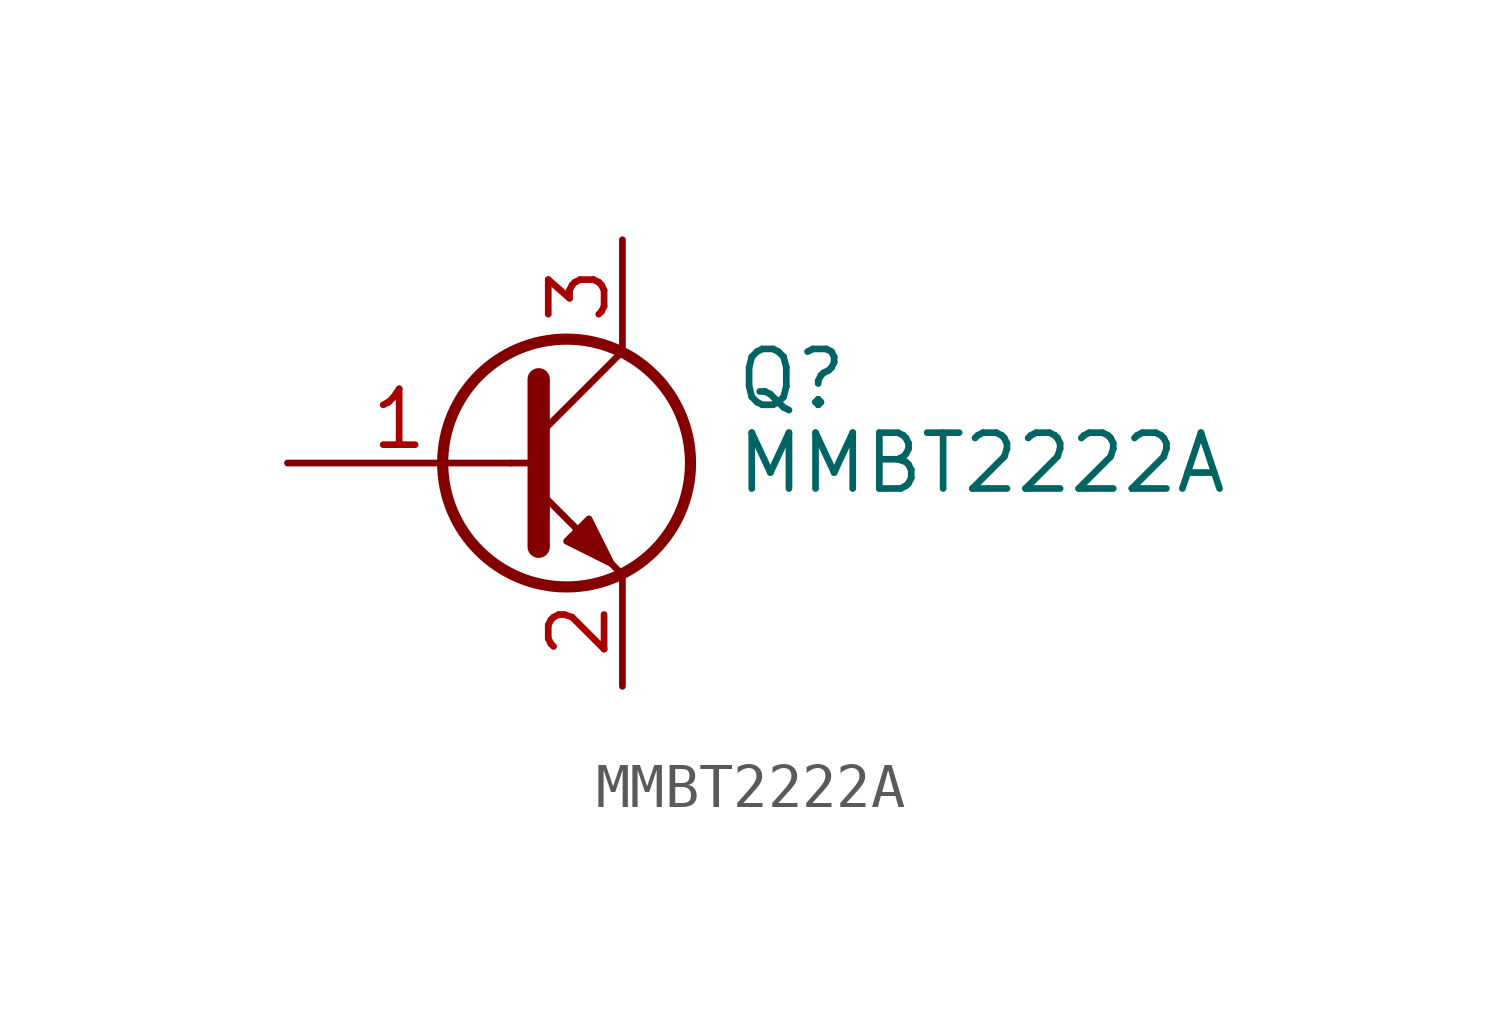
<source format=kicad_sym>
(kicad_symbol_lib
  (version 20231120)
  (generator "kicad_symbol_editor")
  (generator_version "8.0")
  (symbol "MMBT2222A"
    (pin_names
      (offset 0) hide)
    (property "Reference" "Q"
      (at 5.08 1.905 0)
      (effects (font (size 1.27 1.27)) (justify left)))
    (property "Value" "MMBT2222A"
      (at 5.08 0 0)
      (effects (font (size 1.27 1.27)) (justify left)))
    (symbol "MMBT2222A_0_1"
      (polyline (pts (xy 0 0) (xy 0.635 0)) (stroke (width 0) (type default)) (fill (type none)))
      (polyline (pts (xy 0.635 0.635) (xy 2.54 2.54)) (stroke (width 0) (type default)) (fill (type none)))
      (polyline (pts (xy 0.635 -0.635) (xy 2.54 -2.54) (xy 2.54 -2.54)) (stroke (width 0) (type default)) (fill (type none)))
      (polyline (pts (xy 0.635 1.905) (xy 0.635 -1.905) (xy 0.635 -1.905)) (stroke (width 0.508) (type default)) (fill (type none)))
      (polyline (pts (xy 1.27 -1.778) (xy 1.778 -1.27) (xy 2.286 -2.286) (xy 1.27 -1.778) (xy 1.27 -1.778)) (stroke (width 0) (type default)) (fill (type outline)))
      (circle (center 1.27 0) (radius 2.819) (stroke (width 0.254) (type default)) (fill (type none))))
    (symbol "MMBT2222A_1_1"
      (pin input line (at -5.08 0 0) (length 5.08) (name "B" (effects (font (size 1.27 1.27)))) (number "1" (effects (font (size 1.27 1.27)))))
      (pin passive line (at 2.54 -5.08 90) (length 2.54) (name "E" (effects (font (size 1.27 1.27)))) (number "2" (effects (font (size 1.27 1.27)))))
      (pin passive line (at 2.54 5.08 270) (length 2.54) (name "C" (effects (font (size 1.27 1.27)))) (number "3" (effects (font (size 1.27 1.27))))))))
</source>
